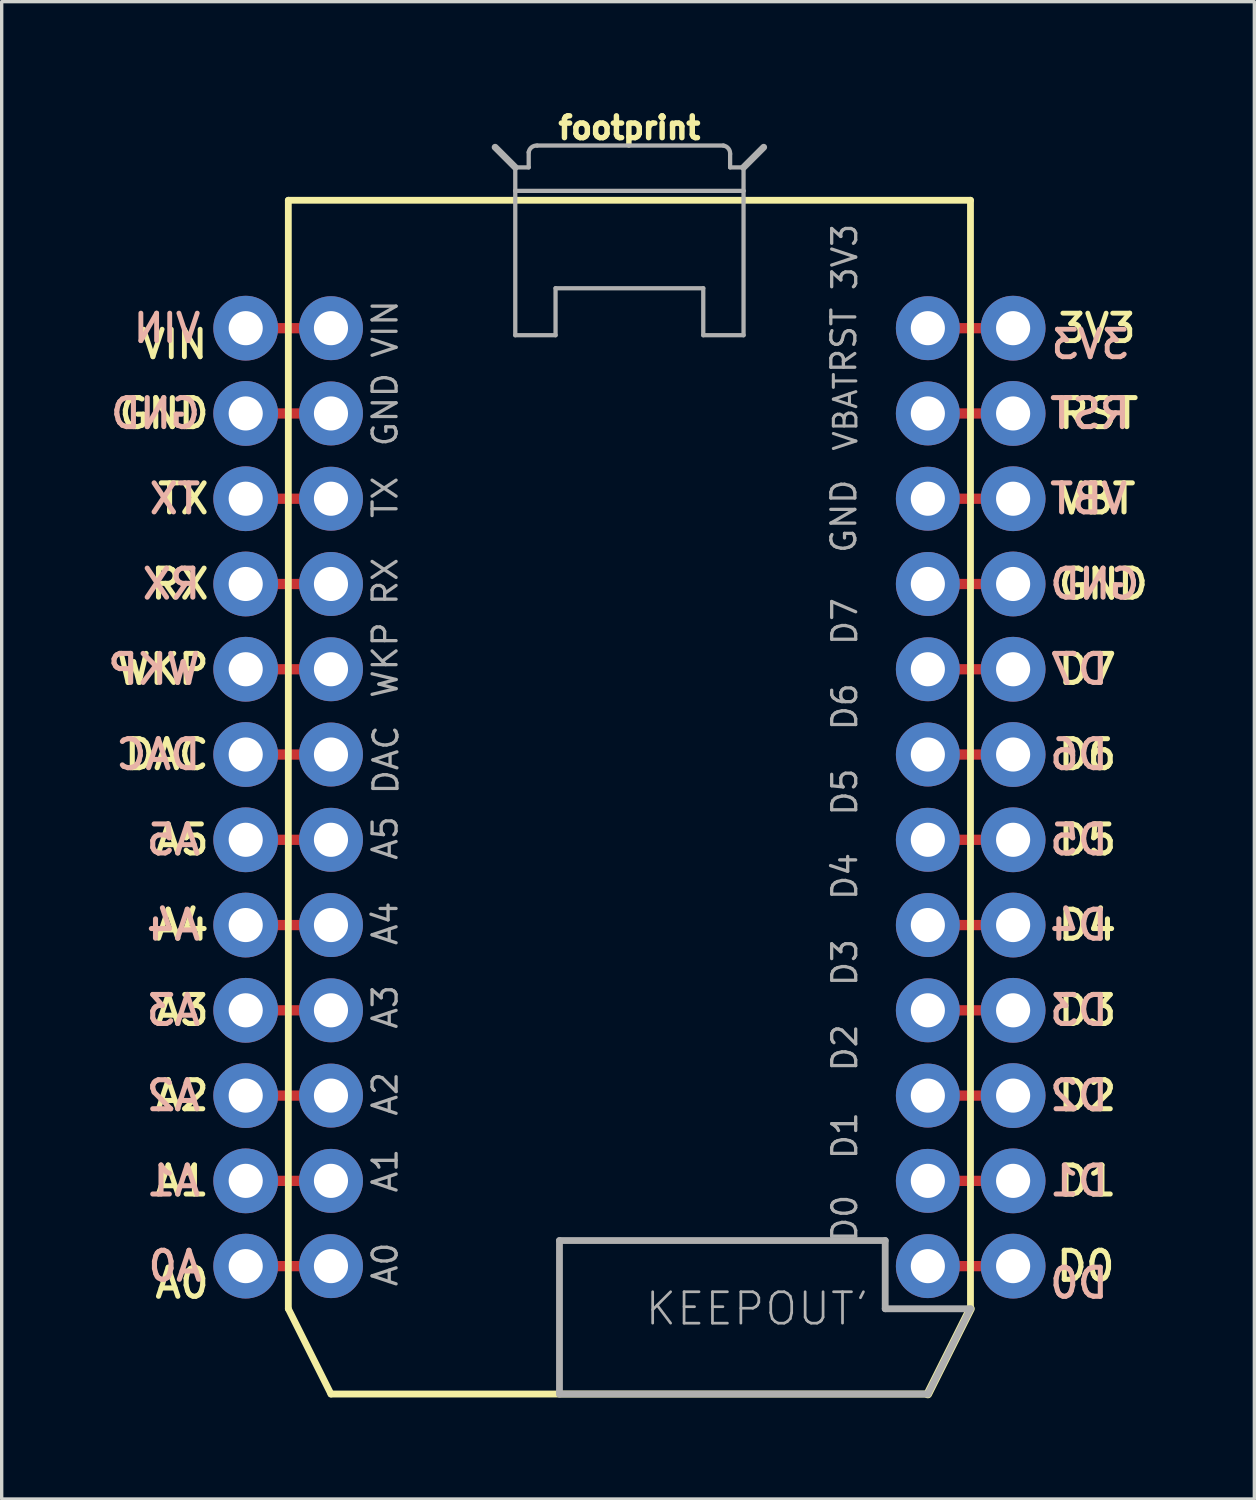
<source format=kicad_pcb>
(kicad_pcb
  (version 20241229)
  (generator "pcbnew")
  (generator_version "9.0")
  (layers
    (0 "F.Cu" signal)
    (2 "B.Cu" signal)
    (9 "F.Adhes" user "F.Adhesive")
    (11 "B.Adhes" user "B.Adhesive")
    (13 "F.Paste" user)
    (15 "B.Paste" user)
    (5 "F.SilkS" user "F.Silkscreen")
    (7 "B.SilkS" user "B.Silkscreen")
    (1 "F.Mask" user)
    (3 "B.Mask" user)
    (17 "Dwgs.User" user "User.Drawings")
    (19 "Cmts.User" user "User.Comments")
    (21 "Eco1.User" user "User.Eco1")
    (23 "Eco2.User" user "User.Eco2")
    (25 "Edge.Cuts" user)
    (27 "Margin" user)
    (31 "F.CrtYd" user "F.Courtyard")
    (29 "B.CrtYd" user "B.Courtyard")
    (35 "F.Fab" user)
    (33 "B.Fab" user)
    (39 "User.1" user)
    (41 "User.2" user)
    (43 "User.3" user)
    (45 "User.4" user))
  (footprint "footprint"
    (layer "F.Cu")
    (at 15.699 19.426)
    (property "Reference" "footprint" (at 0 -18.288 0) (layer "F.SilkS") (effects (font (size 0.65 0.65) (thickness 0.163)) (justify bottom)))
    (fp_line (start -11.43 -12.7) (end -8.89 -12.7) (stroke (width 0.305) (type solid)) (layer "F.Cu"))
    (fp_line (start -11.43 -7.62) (end -8.89 -7.62) (stroke (width 0.305) (type solid)) (layer "F.Cu"))
    (fp_line (start -11.43 -5.08) (end -8.89 -5.08) (stroke (width 0.305) (type solid)) (layer "F.Cu"))
    (fp_line (start -11.43 -2.54) (end -8.89 -2.54) (stroke (width 0.305) (type solid)) (layer "F.Cu"))
    (fp_line (start -11.43 0) (end -8.89 0) (stroke (width 0.305) (type solid)) (layer "F.Cu"))
    (fp_line (start -11.43 2.54) (end -8.89 2.54) (stroke (width 0.305) (type solid)) (layer "F.Cu"))
    (fp_line (start -11.43 5.08) (end -8.89 5.08) (stroke (width 0.305) (type solid)) (layer "F.Cu"))
    (fp_line (start -11.43 7.62) (end -8.89 7.62) (stroke (width 0.305) (type solid)) (layer "F.Cu"))
    (fp_line (start -11.43 10.16) (end -8.89 10.16) (stroke (width 0.305) (type solid)) (layer "F.Cu"))
    (fp_line (start -11.43 12.7) (end -8.89 12.7) (stroke (width 0.305) (type solid)) (layer "F.Cu"))
    (fp_line (start -11.43 15.24) (end -8.89 15.24) (stroke (width 0.305) (type solid)) (layer "F.Cu"))
    (fp_line (start -8.89 -10.16) (end -11.43 -10.16) (stroke (width 0.305) (type solid)) (layer "F.Cu"))
    (fp_line (start 8.89 -12.7) (end 11.43 -12.7) (stroke (width 0.305) (type solid)) (layer "F.Cu"))
    (fp_line (start 8.89 -10.16) (end 11.43 -10.16) (stroke (width 0.305) (type solid)) (layer "F.Cu"))
    (fp_line (start 8.89 -7.62) (end 11.43 -7.62) (stroke (width 0.305) (type solid)) (layer "F.Cu"))
    (fp_line (start 8.89 -5.08) (end 11.43 -5.08) (stroke (width 0.305) (type solid)) (layer "F.Cu"))
    (fp_line (start 8.89 -2.54) (end 11.43 -2.54) (stroke (width 0.305) (type solid)) (layer "F.Cu"))
    (fp_line (start 8.89 0) (end 11.43 0) (stroke (width 0.305) (type solid)) (layer "F.Cu"))
    (fp_line (start 8.89 2.54) (end 11.43 2.54) (stroke (width 0.305) (type solid)) (layer "F.Cu"))
    (fp_line (start 8.89 5.08) (end 11.43 5.08) (stroke (width 0.305) (type solid)) (layer "F.Cu"))
    (fp_line (start 8.89 7.62) (end 11.43 7.62) (stroke (width 0.305) (type solid)) (layer "F.Cu"))
    (fp_line (start 8.89 10.16) (end 11.43 10.16) (stroke (width 0.305) (type solid)) (layer "F.Cu"))
    (fp_line (start 8.89 12.7) (end 11.43 12.7) (stroke (width 0.305) (type solid)) (layer "F.Cu"))
    (fp_line (start 8.89 15.24) (end 11.43 15.24) (stroke (width 0.305) (type solid)) (layer "F.Cu"))
    (fp_line (start -10.16 -16.51) (end 10.16 -16.51) (stroke (width 0.203) (type solid)) (layer "F.SilkS"))
    (fp_line (start -10.16 16.51) (end -10.16 -16.51) (stroke (width 0.203) (type solid)) (layer "F.SilkS"))
    (fp_line (start -8.89 19.05) (end -10.16 16.51) (stroke (width 0.203) (type solid)) (layer "F.SilkS"))
    (fp_line (start 8.89 19.05) (end -8.89 19.05) (stroke (width 0.203) (type solid)) (layer "F.SilkS"))
    (fp_line (start 10.16 -16.51) (end 10.16 16.51) (stroke (width 0.203) (type solid)) (layer "F.SilkS"))
    (fp_line (start 10.16 16.51) (end 8.89 19.05) (stroke (width 0.254) (type solid)) (layer "F.SilkS"))
    (fp_line (start -3.4 -17.49) (end -4 -18.09) (stroke (width 0.203) (type solid)) (layer "F.Fab"))
    (fp_line (start -3.4 -16.79) (end -3.4 -17.49) (stroke (width 0.127) (type solid)) (layer "F.Fab"))
    (fp_line (start -3.4 -12.49) (end -3.4 -16.79) (stroke (width 0.127) (type solid)) (layer "F.Fab"))
    (fp_line (start -3.4 -12.49) (end -2.2 -12.49) (stroke (width 0.127) (type solid)) (layer "F.Fab"))
    (fp_line (start -3 -17.94) (end -3 -17.49) (stroke (width 0.127) (type solid)) (layer "F.Fab"))
    (fp_line (start -3 -17.49) (end -3.4 -17.49) (stroke (width 0.127) (type solid)) (layer "F.Fab"))
    (fp_line (start -2.2 -13.89) (end -2.2 -12.49) (stroke (width 0.127) (type solid)) (layer "F.Fab"))
    (fp_line (start -2.083 14.478) (end -2.083 19.05) (stroke (width 0.203) (type solid)) (layer "F.Fab"))
    (fp_line (start -2.083 19.05) (end 8.89 19.05) (stroke (width 0.203) (type solid)) (layer "F.Fab"))
    (fp_line (start 2.2 -13.89) (end -2.2 -13.89) (stroke (width 0.127) (type solid)) (layer "F.Fab"))
    (fp_line (start 2.2 -13.89) (end 2.2 -12.49) (stroke (width 0.127) (type solid)) (layer "F.Fab"))
    (fp_line (start 2.8 -18.14) (end -2.75 -18.14) (stroke (width 0.127) (type solid)) (layer "F.Fab"))
    (fp_line (start 3 -17.49) (end 3 -17.89) (stroke (width 0.127) (type solid)) (layer "F.Fab"))
    (fp_line (start 3.4 -17.49) (end 3 -17.49) (stroke (width 0.127) (type solid)) (layer "F.Fab"))
    (fp_line (start 3.4 -17.49) (end 3.4 -16.79) (stroke (width 0.127) (type solid)) (layer "F.Fab"))
    (fp_line (start 3.4 -17.49) (end 4 -18.09) (stroke (width 0.203) (type solid)) (layer "F.Fab"))
    (fp_line (start 3.4 -16.79) (end -3.4 -16.79) (stroke (width 0.127) (type solid)) (layer "F.Fab"))
    (fp_line (start 3.4 -16.79) (end 3.4 -12.49) (stroke (width 0.127) (type solid)) (layer "F.Fab"))
    (fp_line (start 3.4 -12.49) (end 2.2 -12.49) (stroke (width 0.127) (type solid)) (layer "F.Fab"))
    (fp_line (start 7.62 14.478) (end -2.083 14.478) (stroke (width 0.203) (type solid)) (layer "F.Fab"))
    (fp_line (start 7.62 16.51) (end 7.62 14.478) (stroke (width 0.203) (type solid)) (layer "F.Fab"))
    (fp_line (start 10.16 16.51) (end 7.62 16.51) (stroke (width 0.203) (type solid)) (layer "F.Fab"))
    (fp_line (start 10.16 16.51) (end 8.89 19.05) (stroke (width 0.203) (type solid)) (layer "F.Fab"))
    (fp_arc (start -3 -17.939998) (mid -2.913661 -18.088325) (end -2.75 -18.14) (stroke (width 0.127) (type solid)) (layer "F.Fab"))
    (fp_arc (start 2.799998 -18.14) (mid 2.948325 -18.053661) (end 3 -17.89) (stroke (width 0.127) (type solid)) (layer "F.Fab"))
    (fp_text user "D3" (at 12.7 7.62 0) (layer "F.SilkS") (effects (font (size 0.864 0.864) (thickness 0.152)) (justify left)))
    (fp_text user "D2" (at 12.7 10.16 0) (layer "F.SilkS") (effects (font (size 0.864 0.864) (thickness 0.152)) (justify left)))
    (fp_text user "D4" (at 12.7 5.08 0) (layer "F.SilkS") (effects (font (size 0.864 0.864) (thickness 0.152)) (justify left)))
    (fp_text user "A1" (at -12.446 12.7 0) (layer "F.SilkS") (effects (font (size 0.864 0.864) (thickness 0.152)) (justify right)))
    (fp_text user "A5" (at -12.446 2.54 0) (layer "F.SilkS") (effects (font (size 0.864 0.864) (thickness 0.152)) (justify right)))
    (fp_text user "3V3" (at 12.7 -12.7 0) (layer "F.SilkS") (effects (font (size 0.82 0.82) (thickness 0.145)) (justify left)))
    (fp_text user "VIN" (at -12.497 -12.7 0) (layer "F.SilkS") (effects (font (size 0.82 0.82) (thickness 0.145)) (justify right top)))
    (fp_text user "D1" (at 12.7 12.7 0) (layer "F.SilkS") (effects (font (size 0.864 0.864) (thickness 0.152)) (justify left)))
    (fp_text user "RST" (at 12.7 -10.16 0) (layer "F.SilkS") (effects (font (size 0.864 0.864) (thickness 0.152)) (justify left)))
    (fp_text user "A4" (at -12.446 5.08 0) (layer "F.SilkS") (effects (font (size 0.864 0.864) (thickness 0.152)) (justify right)))
    (fp_text user "WKP" (at -12.446 -2.54 0) (layer "F.SilkS") (effects (font (size 0.864 0.864) (thickness 0.152)) (justify right)))
    (fp_text user "D6" (at 12.7 0 0) (layer "F.SilkS") (effects (font (size 0.864 0.864) (thickness 0.152)) (justify left)))
    (fp_text user "GND" (at -12.446 -10.16 0) (layer "F.SilkS") (effects (font (size 0.864 0.864) (thickness 0.152)) (justify right)))
    (fp_text user "DAC" (at -12.446 0 0) (layer "F.SilkS") (effects (font (size 0.864 0.864) (thickness 0.152)) (justify right)))
    (fp_text user "D5" (at 12.7 2.54 0) (layer "F.SilkS") (effects (font (size 0.864 0.864) (thickness 0.152)) (justify left)))
    (fp_text user "D7" (at 12.7 -2.54 0) (layer "F.SilkS") (effects (font (size 0.864 0.864) (thickness 0.152)) (justify left)))
    (fp_text user "TX" (at -12.446 -7.62 0) (layer "F.SilkS") (effects (font (size 0.864 0.864) (thickness 0.152)) (justify right)))
    (fp_text user "GND" (at 12.7 -5.08 0) (layer "F.SilkS") (effects (font (size 0.864 0.864) (thickness 0.152)) (justify left)))
    (fp_text user "D0" (at 12.649 15.24 0) (layer "F.SilkS") (effects (font (size 0.864 0.864) (thickness 0.152)) (justify left)))
    (fp_text user "VBT" (at 12.7 -7.62 0) (layer "F.SilkS") (effects (font (size 0.864 0.864) (thickness 0.152)) (justify left)))
    (fp_text user "A2" (at -12.446 10.16 0) (layer "F.SilkS") (effects (font (size 0.864 0.864) (thickness 0.152)) (justify right)))
    (fp_text user "RX" (at -12.446 -5.08 0) (layer "F.SilkS") (effects (font (size 0.864 0.864) (thickness 0.152)) (justify right)))
    (fp_text user "A0" (at -12.446 15.24 0) (layer "F.SilkS") (effects (font (size 0.864 0.864) (thickness 0.152)) (justify right top)))
    (fp_text user "A3" (at -12.446 7.62 0) (layer "F.SilkS") (effects (font (size 0.864 0.864) (thickness 0.152)) (justify right)))
    (fp_text user "DAC" (at -12.7 0 0) (layer "B.SilkS") (effects (font (size 0.864 0.864) (thickness 0.152)) (justify left mirror)))
    (fp_text user "A4" (at -12.7 5.08 0) (layer "B.SilkS") (effects (font (size 0.864 0.864) (thickness 0.152)) (justify left mirror)))
    (fp_text user "A1" (at -12.7 12.7 0) (layer "B.SilkS") (effects (font (size 0.864 0.864) (thickness 0.152)) (justify left mirror)))
    (fp_text user "GND" (at -12.7 -10.16 0) (layer "B.SilkS") (effects (font (size 0.864 0.864) (thickness 0.152)) (justify left mirror)))
    (fp_text user "GND" (at 12.446 -5.08 0) (layer "B.SilkS") (effects (font (size 0.864 0.864) (thickness 0.152)) (justify right mirror)))
    (fp_text user "A3" (at -12.7 7.62 0) (layer "B.SilkS") (effects (font (size 0.864 0.864) (thickness 0.152)) (justify left mirror)))
    (fp_text user "VIN" (at -12.7 -12.7 0) (layer "B.SilkS") (effects (font (size 0.82 0.82) (thickness 0.145)) (justify left mirror)))
    (fp_text user "D4" (at 12.446 5.08 0) (layer "B.SilkS") (effects (font (size 0.864 0.864) (thickness 0.152)) (justify right mirror)))
    (fp_text user "D5" (at 12.446 2.54 0) (layer "B.SilkS") (effects (font (size 0.864 0.864) (thickness 0.152)) (justify right mirror)))
    (fp_text user "WKP" (at -12.7 -2.54 0) (layer "B.SilkS") (effects (font (size 0.864 0.864) (thickness 0.152)) (justify left mirror)))
    (fp_text user "D3" (at 12.446 7.62 0) (layer "B.SilkS") (effects (font (size 0.864 0.864) (thickness 0.152)) (justify right mirror)))
    (fp_text user "D0" (at 12.446 15.24 0) (layer "B.SilkS") (effects (font (size 0.864 0.864) (thickness 0.152)) (justify right top mirror)))
    (fp_text user "D7" (at 12.446 -2.54 0) (layer "B.SilkS") (effects (font (size 0.864 0.864) (thickness 0.152)) (justify right mirror)))
    (fp_text user "A5" (at -12.7 2.54 0) (layer "B.SilkS") (effects (font (size 0.864 0.864) (thickness 0.152)) (justify left mirror)))
    (fp_text user "D2" (at 12.446 10.16 0) (layer "B.SilkS") (effects (font (size 0.864 0.864) (thickness 0.152)) (justify right mirror)))
    (fp_text user "A0" (at -12.649 15.24 0) (layer "B.SilkS") (effects (font (size 0.864 0.864) (thickness 0.152)) (justify left mirror)))
    (fp_text user "VBT" (at 12.446 -7.62 0) (layer "B.SilkS") (effects (font (size 0.864 0.864) (thickness 0.152)) (justify right mirror)))
    (fp_text user "D1" (at 12.446 12.7 0) (layer "B.SilkS") (effects (font (size 0.864 0.864) (thickness 0.152)) (justify right mirror)))
    (fp_text user "TX" (at -12.7 -7.62 0) (layer "B.SilkS") (effects (font (size 0.864 0.864) (thickness 0.152)) (justify left mirror)))
    (fp_text user "3V3" (at 12.497 -12.7 0) (layer "B.SilkS") (effects (font (size 0.82 0.82) (thickness 0.145)) (justify right top mirror)))
    (fp_text user "RX" (at -12.7 -5.08 0) (layer "B.SilkS") (effects (font (size 0.864 0.864) (thickness 0.152)) (justify left mirror)))
    (fp_text user "RST" (at 12.446 -10.16 0) (layer "B.SilkS") (effects (font (size 0.864 0.864) (thickness 0.152)) (justify right mirror)))
    (fp_text user "D6" (at 12.446 0 0) (layer "B.SilkS") (effects (font (size 0.864 0.864) (thickness 0.152)) (justify right mirror)))
    (fp_text user "A2" (at -12.7 10.16 0) (layer "B.SilkS") (effects (font (size 0.864 0.864) (thickness 0.152)) (justify left mirror)))
    (fp_text user "A4" (at -6.858 5.74 90) (layer "F.Fab") (effects (font (size 0.715 0.715) (thickness 0.098)) (justify left bottom)))
    (fp_text user "D2" (at 6.833 9.5 270) (layer "F.Fab") (effects (font (size 0.715 0.715) (thickness 0.098)) (justify left bottom)))
    (fp_text user "D1" (at 6.833 12.116 270) (layer "F.Fab") (effects (font (size 0.715 0.715) (thickness 0.098)) (justify left bottom)))
    (fp_text user "A5" (at -6.858 3.2 90) (layer "F.Fab") (effects (font (size 0.715 0.715) (thickness 0.098)) (justify left bottom)))
    (fp_text user "KEEPOUT'" (at 3.81 16.51 0) (layer "F.Fab") (effects (font (size 0.935 0.935) (thickness 0.081))))
    (fp_text user "D6" (at 6.833 -0.66 270) (layer "F.Fab") (effects (font (size 0.715 0.715) (thickness 0.098)) (justify left bottom)))
    (fp_text user "TX" (at -6.858 -6.985 90) (layer "F.Fab") (effects (font (size 0.715 0.715) (thickness 0.098)) (justify left bottom)))
    (fp_text user "VBAT" (at 6.833 -8.992 270) (layer "F.Fab") (effects (font (size 0.671 0.671) (thickness 0.091)) (justify left bottom)))
    (fp_text user "D4" (at 6.833 4.394 270) (layer "F.Fab") (effects (font (size 0.715 0.715) (thickness 0.098)) (justify left bottom)))
    (fp_text user "GND" (at -6.858 -9.119 90) (layer "F.Fab") (effects (font (size 0.715 0.715) (thickness 0.098)) (justify left bottom)))
    (fp_text user "A3" (at -6.858 8.23 90) (layer "F.Fab") (effects (font (size 0.715 0.715) (thickness 0.098)) (justify left bottom)))
    (fp_text user "D0" (at 6.833 14.58 270) (layer "F.Fab") (effects (font (size 0.715 0.715) (thickness 0.098)) (justify left bottom)))
    (fp_text user "WKP" (at -6.858 -1.626 90) (layer "F.Fab") (effects (font (size 0.715 0.715) (thickness 0.098)) (justify left bottom)))
    (fp_text user "DAC" (at -6.833 1.245 90) (layer "F.Fab") (effects (font (size 0.715 0.715) (thickness 0.098)) (justify left bottom)))
    (fp_text user "D3" (at 6.833 6.96 270) (layer "F.Fab") (effects (font (size 0.715 0.715) (thickness 0.098)) (justify left bottom)))
    (fp_text user "D7" (at 6.833 -3.2 270) (layer "F.Fab") (effects (font (size 0.715 0.715) (thickness 0.098)) (justify left bottom)))
    (fp_text user "RST" (at 6.807 -11.303 270) (layer "F.Fab") (effects (font (size 0.715 0.715) (thickness 0.098)) (justify left bottom)))
    (fp_text user "A2" (at -6.858 10.82 90) (layer "F.Fab") (effects (font (size 0.715 0.715) (thickness 0.098)) (justify left bottom)))
    (fp_text user "3V3" (at 6.833 -13.767 270) (layer "F.Fab") (effects (font (size 0.715 0.715) (thickness 0.098)) (justify left bottom)))
    (fp_text user "A1" (at -6.858 13.106 90) (layer "F.Fab") (effects (font (size 0.715 0.715) (thickness 0.098)) (justify left bottom)))
    (fp_text user "VIN" (at -6.858 -11.76 90) (layer "F.Fab") (effects (font (size 0.715 0.715) (thickness 0.098)) (justify left bottom)))
    (fp_text user "D5" (at 6.833 1.88 270) (layer "F.Fab") (effects (font (size 0.715 0.715) (thickness 0.098)) (justify left bottom)))
    (fp_text user "RX" (at -6.858 -4.394 90) (layer "F.Fab") (effects (font (size 0.715 0.715) (thickness 0.098)) (justify left bottom)))
    (fp_text user "GND" (at 6.807 -5.944 270) (layer "F.Fab") (effects (font (size 0.715 0.715) (thickness 0.098)) (justify left bottom)))
    (fp_text user "A0" (at -6.858 15.9 90) (layer "F.Fab") (effects (font (size 0.715 0.715) (thickness 0.098)) (justify left bottom)))
    (pad "1" thru_hole circle (at -8.89 -12.7) (size 1.905 1.905) (drill 1.016) (layers "*.Cu" "*.Mask"))
    (pad "2" thru_hole circle (at -8.89 -10.16) (size 1.905 1.905) (drill 1.016) (layers "*.Cu" "*.Mask"))
    (pad "3" thru_hole circle (at -8.89 -7.62) (size 1.905 1.905) (drill 1.016) (layers "*.Cu" "*.Mask"))
    (pad "3V3" thru_hole circle (at 11.43 -12.7 0.1) (size 1.93 1.93) (drill 1.016) (layers "*.Cu" "*.Mask"))
    (pad "4" thru_hole circle (at -8.89 -5.08) (size 1.905 1.905) (drill 1.016) (layers "*.Cu" "*.Mask"))
    (pad "5" thru_hole circle (at -8.89 -2.54) (size 1.905 1.905) (drill 1.016) (layers "*.Cu" "*.Mask"))
    (pad "6" thru_hole circle (at -8.89 0) (size 1.905 1.905) (drill 1.016) (layers "*.Cu" "*.Mask"))
    (pad "7" thru_hole circle (at -8.89 2.54) (size 1.905 1.905) (drill 1.016) (layers "*.Cu" "*.Mask"))
    (pad "8" thru_hole circle (at -8.89 5.08) (size 1.905 1.905) (drill 1.016) (layers "*.Cu" "*.Mask"))
    (pad "9" thru_hole circle (at -8.89 7.62) (size 1.905 1.905) (drill 1.016) (layers "*.Cu" "*.Mask"))
    (pad "10" thru_hole circle (at -8.89 10.16) (size 1.905 1.905) (drill 1.016) (layers "*.Cu" "*.Mask"))
    (pad "11" thru_hole circle (at -8.89 12.7) (size 1.905 1.905) (drill 1.016) (layers "*.Cu" "*.Mask"))
    (pad "12" thru_hole circle (at -8.89 15.24) (size 1.905 1.905) (drill 1.016) (layers "*.Cu" "*.Mask"))
    (pad "13" thru_hole circle (at 8.89 15.24) (size 1.905 1.905) (drill 1.016) (layers "*.Cu" "*.Mask"))
    (pad "14" thru_hole circle (at 8.89 12.7) (size 1.905 1.905) (drill 1.016) (layers "*.Cu" "*.Mask"))
    (pad "15" thru_hole circle (at 8.89 10.16) (size 1.905 1.905) (drill 1.016) (layers "*.Cu" "*.Mask"))
    (pad "16" thru_hole circle (at 8.89 7.62) (size 1.905 1.905) (drill 1.016) (layers "*.Cu" "*.Mask"))
    (pad "17" thru_hole circle (at 8.89 5.08) (size 1.905 1.905) (drill 1.016) (layers "*.Cu" "*.Mask"))
    (pad "18" thru_hole circle (at 8.89 2.54) (size 1.905 1.905) (drill 1.016) (layers "*.Cu" "*.Mask"))
    (pad "19" thru_hole circle (at 8.89 0) (size 1.905 1.905) (drill 1.016) (layers "*.Cu" "*.Mask"))
    (pad "20" thru_hole circle (at 8.89 -2.54) (size 1.905 1.905) (drill 1.016) (layers "*.Cu" "*.Mask"))
    (pad "21" thru_hole circle (at 8.89 -5.08) (size 1.905 1.905) (drill 1.016) (layers "*.Cu" "*.Mask"))
    (pad "22" thru_hole circle (at 8.89 -7.62) (size 1.905 1.905) (drill 1.016) (layers "*.Cu" "*.Mask"))
    (pad "23" thru_hole circle (at 8.89 -10.16) (size 1.905 1.905) (drill 1.016) (layers "*.Cu" "*.Mask"))
    (pad "24" thru_hole circle (at 8.89 -12.7) (size 1.905 1.905) (drill 1.016) (layers "*.Cu" "*.Mask"))
    (pad "A0" thru_hole circle (at -11.43 15.24 0.1) (size 1.93 1.93) (drill 1.016) (layers "*.Cu" "*.Mask"))
    (pad "A1" thru_hole circle (at -11.43 12.7 0.1) (size 1.93 1.93) (drill 1.016) (layers "*.Cu" "*.Mask"))
    (pad "A2" thru_hole circle (at -11.43 10.16 0.1) (size 1.93 1.93) (drill 1.016) (layers "*.Cu" "*.Mask"))
    (pad "A3" thru_hole circle (at -11.43 7.62 0.1) (size 1.93 1.93) (drill 1.016) (layers "*.Cu" "*.Mask"))
    (pad "A4" thru_hole circle (at -11.43 5.08 0.1) (size 1.93 1.93) (drill 1.016) (layers "*.Cu" "*.Mask"))
    (pad "A5" thru_hole circle (at -11.43 2.54 0.1) (size 1.93 1.93) (drill 1.016) (layers "*.Cu" "*.Mask"))
    (pad "D0" thru_hole circle (at 11.43 15.24 0.1) (size 1.93 1.93) (drill 1.016) (layers "*.Cu" "*.Mask"))
    (pad "D1" thru_hole circle (at 11.43 12.7 0.1) (size 1.93 1.93) (drill 1.016) (layers "*.Cu" "*.Mask"))
    (pad "D2" thru_hole circle (at 11.43 10.16 0.1) (size 1.93 1.93) (drill 1.016) (layers "*.Cu" "*.Mask"))
    (pad "D3" thru_hole circle (at 11.43 7.62 0.1) (size 1.93 1.93) (drill 1.016) (layers "*.Cu" "*.Mask"))
    (pad "D4" thru_hole circle (at 11.43 5.08 0.1) (size 1.93 1.93) (drill 1.016) (layers "*.Cu" "*.Mask"))
    (pad "D5" thru_hole circle (at 11.43 2.54 0.1) (size 1.93 1.93) (drill 1.016) (layers "*.Cu" "*.Mask"))
    (pad "D6" thru_hole circle (at 11.43 0 0.1) (size 1.93 1.93) (drill 1.016) (layers "*.Cu" "*.Mask"))
    (pad "D7" thru_hole circle (at 11.43 -2.54 0.1) (size 1.93 1.93) (drill 1.016) (layers "*.Cu" "*.Mask"))
    (pad "DAC" thru_hole circle (at -11.43 0 0.1) (size 1.93 1.93) (drill 1.016) (layers "*.Cu" "*.Mask"))
    (pad "GND@0" thru_hole circle (at -11.43 -10.16 0.1) (size 1.93 1.93) (drill 1.016) (layers "*.Cu" "*.Mask"))
    (pad "GND@2" thru_hole circle (at 11.43 -5.08 0.1) (size 1.93 1.93) (drill 1.016) (layers "*.Cu" "*.Mask"))
    (pad "RST" thru_hole circle (at 11.43 -10.16 0.1) (size 1.93 1.93) (drill 1.016) (layers "*.Cu" "*.Mask"))
    (pad "RX" thru_hole circle (at -11.43 -5.08 0.1) (size 1.93 1.93) (drill 1.016) (layers "*.Cu" "*.Mask"))
    (pad "TX" thru_hole circle (at -11.43 -7.62 0.1) (size 1.93 1.93) (drill 1.016) (layers "*.Cu" "*.Mask"))
    (pad "VBAT" thru_hole circle (at 11.43 -7.62 0.1) (size 1.93 1.93) (drill 1.016) (layers "*.Cu" "*.Mask"))
    (pad "VIN" thru_hole circle (at -11.43 -12.7 0.1) (size 1.93 1.93) (drill 1.016) (layers "*.Cu" "*.Mask"))
    (pad "WKP" thru_hole circle (at -11.43 -2.54 0.1) (size 1.93 1.93) (drill 1.016) (layers "*.Cu" "*.Mask"))
    (zone (net_name "") (layer "F.Cu") (hatch edge 0.508) (connect_pads) (min_thickness 0.254) (filled_areas_thickness no) (keepout (tracks not_allowed) (vias not_allowed) (pads not_allowed) (copperpour not_allowed) (footprints allowed)) (placement (enabled no)) (fill) (polygon (pts (xy 24.589 38.476) (xy 25.859 35.936) (xy 23.319 35.936) (xy 23.319 33.904) (xy 13.616 33.904) (xy 13.616 38.476))))
    (zone (net_name "") (layer "B.Cu") (hatch edge 0.508) (connect_pads) (min_thickness 0.254) (filled_areas_thickness no) (keepout (tracks not_allowed) (vias not_allowed) (pads not_allowed) (copperpour not_allowed) (footprints allowed)) (placement (enabled no)) (fill) (polygon (pts (xy 24.589 38.476) (xy 25.859 35.936) (xy 23.319 35.936) (xy 23.319 33.904) (xy 13.616 33.904) (xy 13.616 38.476)))))
  (gr_rect
    (start -3 -3)
    (end 34.315 41.603)
    (stroke (width 0.1) (type default))
    (fill no)
    (layer "Edge.Cuts")))
</source>
